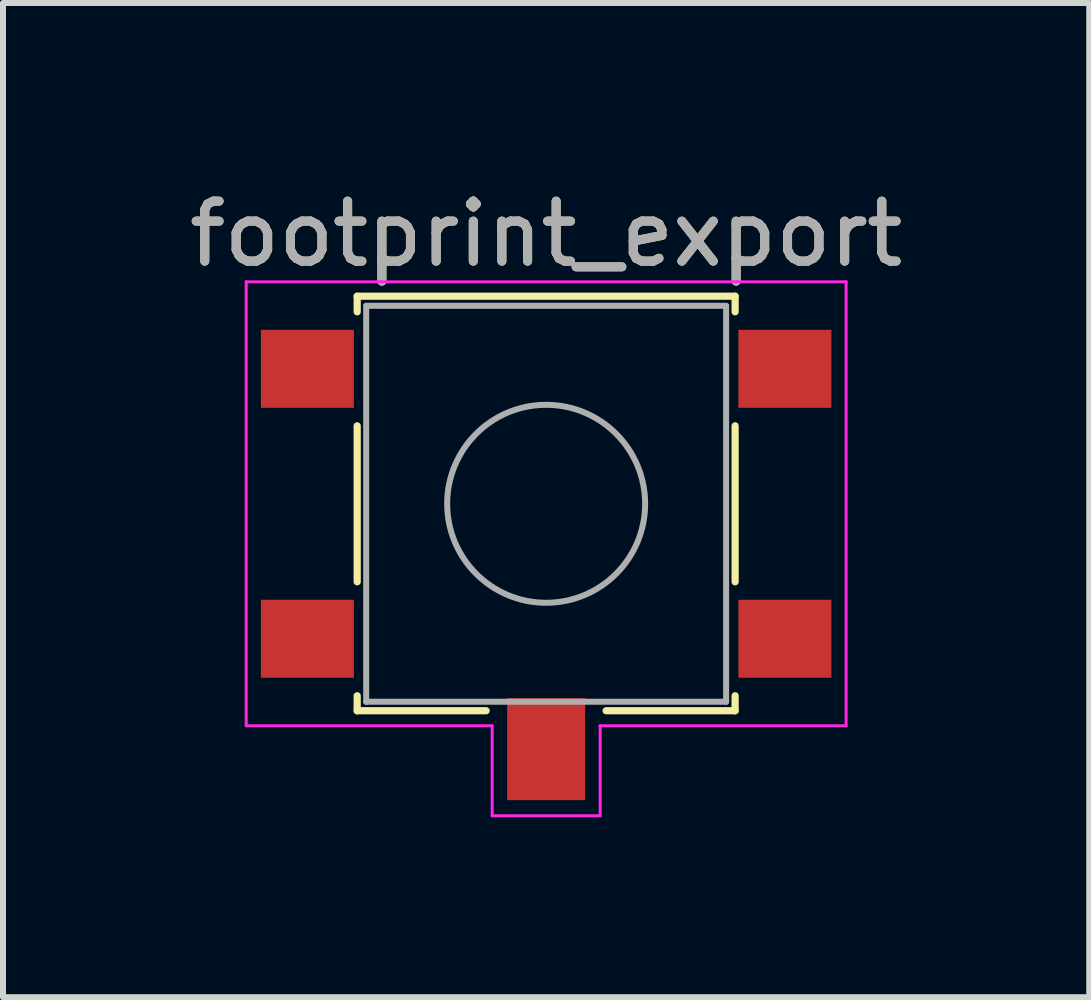
<source format=kicad_pcb>
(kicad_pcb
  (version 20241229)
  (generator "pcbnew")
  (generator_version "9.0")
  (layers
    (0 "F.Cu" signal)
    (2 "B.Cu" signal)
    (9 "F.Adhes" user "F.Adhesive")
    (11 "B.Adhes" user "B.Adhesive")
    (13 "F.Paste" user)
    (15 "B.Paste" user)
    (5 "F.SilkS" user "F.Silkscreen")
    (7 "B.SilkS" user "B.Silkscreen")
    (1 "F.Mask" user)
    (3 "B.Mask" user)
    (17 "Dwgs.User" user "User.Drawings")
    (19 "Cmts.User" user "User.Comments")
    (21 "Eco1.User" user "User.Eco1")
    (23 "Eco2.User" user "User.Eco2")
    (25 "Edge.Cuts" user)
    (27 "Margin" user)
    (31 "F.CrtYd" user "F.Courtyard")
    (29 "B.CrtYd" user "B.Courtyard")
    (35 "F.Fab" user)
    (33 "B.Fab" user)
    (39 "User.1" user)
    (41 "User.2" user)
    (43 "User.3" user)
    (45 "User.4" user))
  (footprint "footprint_export"
    (layer "F.Cu")
    (at 6.054 6.268)
    (property "Reference" "footprint_export" (at 0 -5.42 0) (layer "F.SilkS") (effects (font (size 1 1) (thickness 0.15))))
    (attr smd)
    (fp_line (start -3.15 -4.38) (end 3.15 -4.38) (stroke (width 0.12) (type solid)) (layer "F.SilkS"))
    (fp_line (start -3.15 -4.12) (end -3.15 -4.38) (stroke (width 0.12) (type solid)) (layer "F.SilkS"))
    (fp_line (start -3.15 0.38) (end -3.15 -2.22) (stroke (width 0.12) (type solid)) (layer "F.SilkS"))
    (fp_line (start -3.15 2.53) (end -3.15 2.28) (stroke (width 0.12) (type solid)) (layer "F.SilkS"))
    (fp_line (start -3.15 2.53) (end -1 2.53) (stroke (width 0.12) (type solid)) (layer "F.SilkS"))
    (fp_line (start 3.15 -4.38) (end 3.15 -4.12) (stroke (width 0.12) (type solid)) (layer "F.SilkS"))
    (fp_line (start 3.15 -2.22) (end 3.15 0.38) (stroke (width 0.12) (type solid)) (layer "F.SilkS"))
    (fp_line (start 3.15 2.28) (end 3.15 2.53) (stroke (width 0.12) (type solid)) (layer "F.SilkS"))
    (fp_line (start 3.15 2.53) (end 1 2.53) (stroke (width 0.12) (type solid)) (layer "F.SilkS"))
    (fp_line (start -5 -4.62) (end -5 2.78) (stroke (width 0.05) (type solid)) (layer "F.CrtYd"))
    (fp_line (start -5 2.78) (end -0.9 2.78) (stroke (width 0.05) (type solid)) (layer "F.CrtYd"))
    (fp_line (start -0.9 2.78) (end -0.9 4.28) (stroke (width 0.05) (type solid)) (layer "F.CrtYd"))
    (fp_line (start -0.9 4.28) (end 0.9 4.28) (stroke (width 0.05) (type solid)) (layer "F.CrtYd"))
    (fp_line (start 0.9 4.28) (end 0.9 2.78) (stroke (width 0.05) (type solid)) (layer "F.CrtYd"))
    (fp_line (start 5 -4.62) (end -5 -4.62) (stroke (width 0.05) (type solid)) (layer "F.CrtYd"))
    (fp_line (start 5 2.78) (end 0.9 2.78) (stroke (width 0.05) (type solid)) (layer "F.CrtYd"))
    (fp_line (start 5 2.78) (end 5 -4.62) (stroke (width 0.05) (type solid)) (layer "F.CrtYd"))
    (fp_line (start -3 -4.22) (end 3 -4.22) (stroke (width 0.1) (type solid)) (layer "F.Fab"))
    (fp_line (start -3 2.38) (end -3 -4.22) (stroke (width 0.1) (type solid)) (layer "F.Fab"))
    (fp_line (start 3 -4.22) (end 3 2.38) (stroke (width 0.1) (type solid)) (layer "F.Fab"))
    (fp_line (start 3 2.38) (end -3 2.38) (stroke (width 0.1) (type solid)) (layer "F.Fab"))
    (fp_circle (center 0 -0.92) (end 1.65 -0.92) (stroke (width 0.1) (type solid)) (fill no) (layer "F.Fab"))
    (fp_text user "${REFERENCE}" (at 0 -5.42 0) (layer "F.Fab") (effects (font (size 1 1) (thickness 0.15))))
    (pad "1" smd rect (at -3.98 -3.17) (size 1.55 1.3) (layers "F.Cu" "F.Mask" "F.Paste"))
    (pad "1" smd rect (at 3.98 -3.17) (size 1.55 1.3) (layers "F.Cu" "F.Mask" "F.Paste"))
    (pad "2" smd rect (at -3.98 1.33) (size 1.55 1.3) (layers "F.Cu" "F.Mask" "F.Paste"))
    (pad "2" smd rect (at 3.98 1.33) (size 1.55 1.3) (layers "F.Cu" "F.Mask" "F.Paste"))
    (pad "3" smd rect (at 0 3.17) (size 1.3 1.7) (layers "F.Cu" "F.Mask" "F.Paste")))
  (gr_rect
    (start -3 -3)
    (end 15.107 13.573)
    (stroke (width 0.1) (type default))
    (fill no)
    (layer "Edge.Cuts")))
</source>
